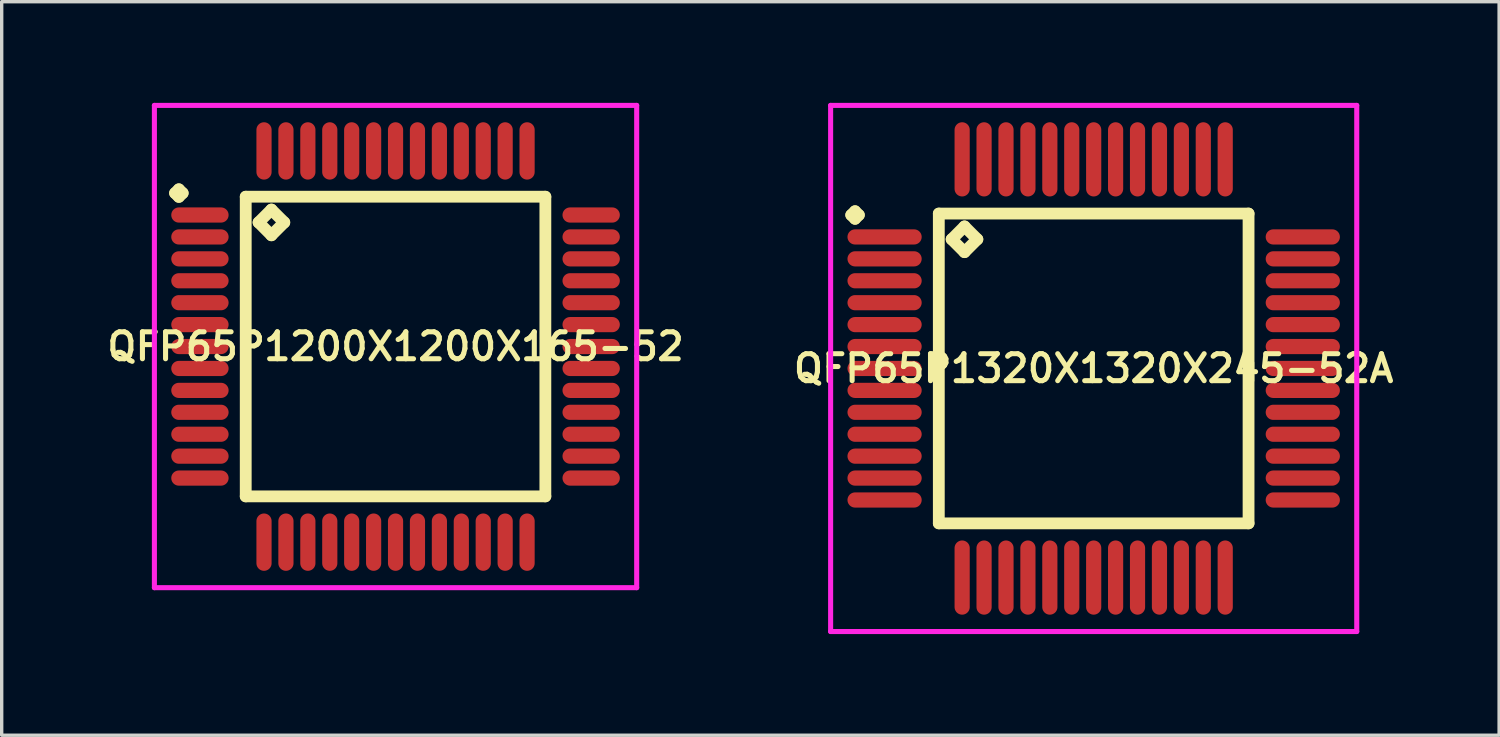
<source format=kicad_pcb>
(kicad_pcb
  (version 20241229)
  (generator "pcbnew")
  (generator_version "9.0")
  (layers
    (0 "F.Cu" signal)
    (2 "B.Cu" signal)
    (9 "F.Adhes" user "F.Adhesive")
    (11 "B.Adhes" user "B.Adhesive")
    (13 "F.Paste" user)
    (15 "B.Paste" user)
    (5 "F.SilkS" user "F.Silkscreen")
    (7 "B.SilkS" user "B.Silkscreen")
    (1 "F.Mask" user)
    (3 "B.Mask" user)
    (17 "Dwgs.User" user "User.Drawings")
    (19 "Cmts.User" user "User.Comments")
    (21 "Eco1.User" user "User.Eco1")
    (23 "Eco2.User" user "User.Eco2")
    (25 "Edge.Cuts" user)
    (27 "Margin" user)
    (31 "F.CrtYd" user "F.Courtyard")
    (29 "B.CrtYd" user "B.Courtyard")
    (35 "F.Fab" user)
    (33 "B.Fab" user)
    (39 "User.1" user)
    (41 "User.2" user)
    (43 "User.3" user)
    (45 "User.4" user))
  (footprint "QFP65P1200X1200X165-52"
    (layer "F.Cu")
    (at 8.678 7.225)
    (property "Reference" "QFP65P1200X1200X165-52" (at 0 0 0) (layer "F.SilkS") (effects (font (size 0.8 0.8) (thickness 0.15))))
    (attr smd)
    (fp_line (start -6.537 -4.55) (end -6.425 -4.662) (stroke (width 0.35) (type solid)) (layer "F.SilkS"))
    (fp_line (start -6.425 -4.662) (end -6.312 -4.55) (stroke (width 0.35) (type solid)) (layer "F.SilkS"))
    (fp_line (start -6.425 -4.438) (end -6.537 -4.55) (stroke (width 0.35) (type solid)) (layer "F.SilkS"))
    (fp_line (start -6.312 -4.55) (end -6.425 -4.438) (stroke (width 0.35) (type solid)) (layer "F.SilkS"))
    (fp_line (start -4.442 -4.442) (end -4.442 4.442) (stroke (width 0.35) (type solid)) (layer "F.SilkS"))
    (fp_line (start -4.442 4.442) (end 4.442 4.442) (stroke (width 0.35) (type solid)) (layer "F.SilkS"))
    (fp_line (start -4.061 -3.68) (end -3.68 -4.061) (stroke (width 0.35) (type solid)) (layer "F.SilkS"))
    (fp_line (start -3.68 -4.061) (end -3.299 -3.68) (stroke (width 0.35) (type solid)) (layer "F.SilkS"))
    (fp_line (start -3.68 -3.299) (end -4.061 -3.68) (stroke (width 0.35) (type solid)) (layer "F.SilkS"))
    (fp_line (start -3.299 -3.68) (end -3.68 -3.299) (stroke (width 0.35) (type solid)) (layer "F.SilkS"))
    (fp_line (start 4.442 -4.442) (end -4.442 -4.442) (stroke (width 0.35) (type solid)) (layer "F.SilkS"))
    (fp_line (start 4.442 4.442) (end 4.442 -4.442) (stroke (width 0.35) (type solid)) (layer "F.SilkS"))
    (fp_line (start -7.15 -7.15) (end 7.15 -7.15) (stroke (width 0.15) (type solid)) (layer "F.CrtYd"))
    (fp_line (start -7.15 7.15) (end -7.15 -7.15) (stroke (width 0.15) (type solid)) (layer "F.CrtYd"))
    (fp_line (start 7.15 -7.15) (end 7.15 7.15) (stroke (width 0.15) (type solid)) (layer "F.CrtYd"))
    (fp_line (start 7.15 7.15) (end -7.15 7.15) (stroke (width 0.15) (type solid)) (layer "F.CrtYd"))
    (pad "1" smd oval (at -5.8 -3.9) (size 1.7 0.45) (layers "F.Cu" "F.Mask" "F.Paste"))
    (pad "2" smd oval (at -5.8 -3.25) (size 1.7 0.45) (layers "F.Cu" "F.Mask" "F.Paste"))
    (pad "3" smd oval (at -5.8 -2.6) (size 1.7 0.45) (layers "F.Cu" "F.Mask" "F.Paste"))
    (pad "4" smd oval (at -5.8 -1.95) (size 1.7 0.45) (layers "F.Cu" "F.Mask" "F.Paste"))
    (pad "5" smd oval (at -5.8 -1.3) (size 1.7 0.45) (layers "F.Cu" "F.Mask" "F.Paste"))
    (pad "6" smd oval (at -5.8 -0.65) (size 1.7 0.45) (layers "F.Cu" "F.Mask" "F.Paste"))
    (pad "7" smd oval (at -5.8 0) (size 1.7 0.45) (layers "F.Cu" "F.Mask" "F.Paste"))
    (pad "8" smd oval (at -5.8 0.65) (size 1.7 0.45) (layers "F.Cu" "F.Mask" "F.Paste"))
    (pad "9" smd oval (at -5.8 1.3) (size 1.7 0.45) (layers "F.Cu" "F.Mask" "F.Paste"))
    (pad "10" smd oval (at -5.8 1.95) (size 1.7 0.45) (layers "F.Cu" "F.Mask" "F.Paste"))
    (pad "11" smd oval (at -5.8 2.6) (size 1.7 0.45) (layers "F.Cu" "F.Mask" "F.Paste"))
    (pad "12" smd oval (at -5.8 3.25) (size 1.7 0.45) (layers "F.Cu" "F.Mask" "F.Paste"))
    (pad "13" smd oval (at -5.8 3.9) (size 1.7 0.45) (layers "F.Cu" "F.Mask" "F.Paste"))
    (pad "14" smd oval (at -3.9 5.8) (size 0.45 1.7) (layers "F.Cu" "F.Mask" "F.Paste"))
    (pad "15" smd oval (at -3.25 5.8) (size 0.45 1.7) (layers "F.Cu" "F.Mask" "F.Paste"))
    (pad "16" smd oval (at -2.6 5.8) (size 0.45 1.7) (layers "F.Cu" "F.Mask" "F.Paste"))
    (pad "17" smd oval (at -1.95 5.8) (size 0.45 1.7) (layers "F.Cu" "F.Mask" "F.Paste"))
    (pad "18" smd oval (at -1.3 5.8) (size 0.45 1.7) (layers "F.Cu" "F.Mask" "F.Paste"))
    (pad "19" smd oval (at -0.65 5.8) (size 0.45 1.7) (layers "F.Cu" "F.Mask" "F.Paste"))
    (pad "20" smd oval (at 0 5.8) (size 0.45 1.7) (layers "F.Cu" "F.Mask" "F.Paste"))
    (pad "21" smd oval (at 0.65 5.8) (size 0.45 1.7) (layers "F.Cu" "F.Mask" "F.Paste"))
    (pad "22" smd oval (at 1.3 5.8) (size 0.45 1.7) (layers "F.Cu" "F.Mask" "F.Paste"))
    (pad "23" smd oval (at 1.95 5.8) (size 0.45 1.7) (layers "F.Cu" "F.Mask" "F.Paste"))
    (pad "24" smd oval (at 2.6 5.8) (size 0.45 1.7) (layers "F.Cu" "F.Mask" "F.Paste"))
    (pad "25" smd oval (at 3.25 5.8) (size 0.45 1.7) (layers "F.Cu" "F.Mask" "F.Paste"))
    (pad "26" smd oval (at 3.9 5.8) (size 0.45 1.7) (layers "F.Cu" "F.Mask" "F.Paste"))
    (pad "27" smd oval (at 5.8 3.9) (size 1.7 0.45) (layers "F.Cu" "F.Mask" "F.Paste"))
    (pad "28" smd oval (at 5.8 3.25) (size 1.7 0.45) (layers "F.Cu" "F.Mask" "F.Paste"))
    (pad "29" smd oval (at 5.8 2.6) (size 1.7 0.45) (layers "F.Cu" "F.Mask" "F.Paste"))
    (pad "30" smd oval (at 5.8 1.95) (size 1.7 0.45) (layers "F.Cu" "F.Mask" "F.Paste"))
    (pad "31" smd oval (at 5.8 1.3) (size 1.7 0.45) (layers "F.Cu" "F.Mask" "F.Paste"))
    (pad "32" smd oval (at 5.8 0.65) (size 1.7 0.45) (layers "F.Cu" "F.Mask" "F.Paste"))
    (pad "33" smd oval (at 5.8 0) (size 1.7 0.45) (layers "F.Cu" "F.Mask" "F.Paste"))
    (pad "34" smd oval (at 5.8 -0.65) (size 1.7 0.45) (layers "F.Cu" "F.Mask" "F.Paste"))
    (pad "35" smd oval (at 5.8 -1.3) (size 1.7 0.45) (layers "F.Cu" "F.Mask" "F.Paste"))
    (pad "36" smd oval (at 5.8 -1.95) (size 1.7 0.45) (layers "F.Cu" "F.Mask" "F.Paste"))
    (pad "37" smd oval (at 5.8 -2.6) (size 1.7 0.45) (layers "F.Cu" "F.Mask" "F.Paste"))
    (pad "38" smd oval (at 5.8 -3.25) (size 1.7 0.45) (layers "F.Cu" "F.Mask" "F.Paste"))
    (pad "39" smd oval (at 5.8 -3.9) (size 1.7 0.45) (layers "F.Cu" "F.Mask" "F.Paste"))
    (pad "40" smd oval (at 3.9 -5.8) (size 0.45 1.7) (layers "F.Cu" "F.Mask" "F.Paste"))
    (pad "41" smd oval (at 3.25 -5.8) (size 0.45 1.7) (layers "F.Cu" "F.Mask" "F.Paste"))
    (pad "42" smd oval (at 2.6 -5.8) (size 0.45 1.7) (layers "F.Cu" "F.Mask" "F.Paste"))
    (pad "43" smd oval (at 1.95 -5.8) (size 0.45 1.7) (layers "F.Cu" "F.Mask" "F.Paste"))
    (pad "44" smd oval (at 1.3 -5.8) (size 0.45 1.7) (layers "F.Cu" "F.Mask" "F.Paste"))
    (pad "45" smd oval (at 0.65 -5.8) (size 0.45 1.7) (layers "F.Cu" "F.Mask" "F.Paste"))
    (pad "46" smd oval (at 0 -5.8) (size 0.45 1.7) (layers "F.Cu" "F.Mask" "F.Paste"))
    (pad "47" smd oval (at -0.65 -5.8) (size 0.45 1.7) (layers "F.Cu" "F.Mask" "F.Paste"))
    (pad "48" smd oval (at -1.3 -5.8) (size 0.45 1.7) (layers "F.Cu" "F.Mask" "F.Paste"))
    (pad "49" smd oval (at -1.95 -5.8) (size 0.45 1.7) (layers "F.Cu" "F.Mask" "F.Paste"))
    (pad "50" smd oval (at -2.6 -5.8) (size 0.45 1.7) (layers "F.Cu" "F.Mask" "F.Paste"))
    (pad "51" smd oval (at -3.25 -5.8) (size 0.45 1.7) (layers "F.Cu" "F.Mask" "F.Paste"))
    (pad "52" smd oval (at -3.9 -5.8) (size 0.45 1.7) (layers "F.Cu" "F.Mask" "F.Paste")))
  (footprint "QFP65P1320X1320X245-52A"
    (layer "F.Cu")
    (at 29.378 7.875)
    (property "Reference" "QFP65P1320X1320X245-52A" (at 0 0 0) (layer "F.SilkS") (effects (font (size 0.8 0.8) (thickness 0.15))))
    (attr smd)
    (fp_line (start -7.188 -4.55) (end -7.075 -4.662) (stroke (width 0.35) (type solid)) (layer "F.SilkS"))
    (fp_line (start -7.075 -4.662) (end -6.963 -4.55) (stroke (width 0.35) (type solid)) (layer "F.SilkS"))
    (fp_line (start -7.075 -4.438) (end -7.188 -4.55) (stroke (width 0.35) (type solid)) (layer "F.SilkS"))
    (fp_line (start -6.963 -4.55) (end -7.075 -4.438) (stroke (width 0.35) (type solid)) (layer "F.SilkS"))
    (fp_line (start -4.592 -4.592) (end -4.592 4.592) (stroke (width 0.35) (type solid)) (layer "F.SilkS"))
    (fp_line (start -4.592 4.592) (end 4.592 4.592) (stroke (width 0.35) (type solid)) (layer "F.SilkS"))
    (fp_line (start -4.211 -3.83) (end -3.83 -4.211) (stroke (width 0.35) (type solid)) (layer "F.SilkS"))
    (fp_line (start -3.83 -4.211) (end -3.449 -3.83) (stroke (width 0.35) (type solid)) (layer "F.SilkS"))
    (fp_line (start -3.83 -3.449) (end -4.211 -3.83) (stroke (width 0.35) (type solid)) (layer "F.SilkS"))
    (fp_line (start -3.449 -3.83) (end -3.83 -3.449) (stroke (width 0.35) (type solid)) (layer "F.SilkS"))
    (fp_line (start 4.592 -4.592) (end -4.592 -4.592) (stroke (width 0.35) (type solid)) (layer "F.SilkS"))
    (fp_line (start 4.592 4.592) (end 4.592 -4.592) (stroke (width 0.35) (type solid)) (layer "F.SilkS"))
    (fp_line (start -7.8 -7.8) (end 7.8 -7.8) (stroke (width 0.15) (type solid)) (layer "F.CrtYd"))
    (fp_line (start -7.8 7.8) (end -7.8 -7.8) (stroke (width 0.15) (type solid)) (layer "F.CrtYd"))
    (fp_line (start 7.8 -7.8) (end 7.8 7.8) (stroke (width 0.15) (type solid)) (layer "F.CrtYd"))
    (fp_line (start 7.8 7.8) (end -7.8 7.8) (stroke (width 0.15) (type solid)) (layer "F.CrtYd"))
    (pad "1" smd oval (at -6.2 -3.9) (size 2.2 0.45) (layers "F.Cu" "F.Mask" "F.Paste"))
    (pad "2" smd oval (at -6.2 -3.25) (size 2.2 0.45) (layers "F.Cu" "F.Mask" "F.Paste"))
    (pad "3" smd oval (at -6.2 -2.6) (size 2.2 0.45) (layers "F.Cu" "F.Mask" "F.Paste"))
    (pad "4" smd oval (at -6.2 -1.95) (size 2.2 0.45) (layers "F.Cu" "F.Mask" "F.Paste"))
    (pad "5" smd oval (at -6.2 -1.3) (size 2.2 0.45) (layers "F.Cu" "F.Mask" "F.Paste"))
    (pad "6" smd oval (at -6.2 -0.65) (size 2.2 0.45) (layers "F.Cu" "F.Mask" "F.Paste"))
    (pad "7" smd oval (at -6.2 0) (size 2.2 0.45) (layers "F.Cu" "F.Mask" "F.Paste"))
    (pad "8" smd oval (at -6.2 0.65) (size 2.2 0.45) (layers "F.Cu" "F.Mask" "F.Paste"))
    (pad "9" smd oval (at -6.2 1.3) (size 2.2 0.45) (layers "F.Cu" "F.Mask" "F.Paste"))
    (pad "10" smd oval (at -6.2 1.95) (size 2.2 0.45) (layers "F.Cu" "F.Mask" "F.Paste"))
    (pad "11" smd oval (at -6.2 2.6) (size 2.2 0.45) (layers "F.Cu" "F.Mask" "F.Paste"))
    (pad "12" smd oval (at -6.2 3.25) (size 2.2 0.45) (layers "F.Cu" "F.Mask" "F.Paste"))
    (pad "13" smd oval (at -6.2 3.9) (size 2.2 0.45) (layers "F.Cu" "F.Mask" "F.Paste"))
    (pad "14" smd oval (at -3.9 6.2) (size 0.45 2.2) (layers "F.Cu" "F.Mask" "F.Paste"))
    (pad "15" smd oval (at -3.25 6.2) (size 0.45 2.2) (layers "F.Cu" "F.Mask" "F.Paste"))
    (pad "16" smd oval (at -2.6 6.2) (size 0.45 2.2) (layers "F.Cu" "F.Mask" "F.Paste"))
    (pad "17" smd oval (at -1.95 6.2) (size 0.45 2.2) (layers "F.Cu" "F.Mask" "F.Paste"))
    (pad "18" smd oval (at -1.3 6.2) (size 0.45 2.2) (layers "F.Cu" "F.Mask" "F.Paste"))
    (pad "19" smd oval (at -0.65 6.2) (size 0.45 2.2) (layers "F.Cu" "F.Mask" "F.Paste"))
    (pad "20" smd oval (at 0 6.2) (size 0.45 2.2) (layers "F.Cu" "F.Mask" "F.Paste"))
    (pad "21" smd oval (at 0.65 6.2) (size 0.45 2.2) (layers "F.Cu" "F.Mask" "F.Paste"))
    (pad "22" smd oval (at 1.3 6.2) (size 0.45 2.2) (layers "F.Cu" "F.Mask" "F.Paste"))
    (pad "23" smd oval (at 1.95 6.2) (size 0.45 2.2) (layers "F.Cu" "F.Mask" "F.Paste"))
    (pad "24" smd oval (at 2.6 6.2) (size 0.45 2.2) (layers "F.Cu" "F.Mask" "F.Paste"))
    (pad "25" smd oval (at 3.25 6.2) (size 0.45 2.2) (layers "F.Cu" "F.Mask" "F.Paste"))
    (pad "26" smd oval (at 3.9 6.2) (size 0.45 2.2) (layers "F.Cu" "F.Mask" "F.Paste"))
    (pad "27" smd oval (at 6.2 3.9) (size 2.2 0.45) (layers "F.Cu" "F.Mask" "F.Paste"))
    (pad "28" smd oval (at 6.2 3.25) (size 2.2 0.45) (layers "F.Cu" "F.Mask" "F.Paste"))
    (pad "29" smd oval (at 6.2 2.6) (size 2.2 0.45) (layers "F.Cu" "F.Mask" "F.Paste"))
    (pad "30" smd oval (at 6.2 1.95) (size 2.2 0.45) (layers "F.Cu" "F.Mask" "F.Paste"))
    (pad "31" smd oval (at 6.2 1.3) (size 2.2 0.45) (layers "F.Cu" "F.Mask" "F.Paste"))
    (pad "32" smd oval (at 6.2 0.65) (size 2.2 0.45) (layers "F.Cu" "F.Mask" "F.Paste"))
    (pad "33" smd oval (at 6.2 0) (size 2.2 0.45) (layers "F.Cu" "F.Mask" "F.Paste"))
    (pad "34" smd oval (at 6.2 -0.65) (size 2.2 0.45) (layers "F.Cu" "F.Mask" "F.Paste"))
    (pad "35" smd oval (at 6.2 -1.3) (size 2.2 0.45) (layers "F.Cu" "F.Mask" "F.Paste"))
    (pad "36" smd oval (at 6.2 -1.95) (size 2.2 0.45) (layers "F.Cu" "F.Mask" "F.Paste"))
    (pad "37" smd oval (at 6.2 -2.6) (size 2.2 0.45) (layers "F.Cu" "F.Mask" "F.Paste"))
    (pad "38" smd oval (at 6.2 -3.25) (size 2.2 0.45) (layers "F.Cu" "F.Mask" "F.Paste"))
    (pad "39" smd oval (at 6.2 -3.9) (size 2.2 0.45) (layers "F.Cu" "F.Mask" "F.Paste"))
    (pad "40" smd oval (at 3.9 -6.2) (size 0.45 2.2) (layers "F.Cu" "F.Mask" "F.Paste"))
    (pad "41" smd oval (at 3.25 -6.2) (size 0.45 2.2) (layers "F.Cu" "F.Mask" "F.Paste"))
    (pad "42" smd oval (at 2.6 -6.2) (size 0.45 2.2) (layers "F.Cu" "F.Mask" "F.Paste"))
    (pad "43" smd oval (at 1.95 -6.2) (size 0.45 2.2) (layers "F.Cu" "F.Mask" "F.Paste"))
    (pad "44" smd oval (at 1.3 -6.2) (size 0.45 2.2) (layers "F.Cu" "F.Mask" "F.Paste"))
    (pad "45" smd oval (at 0.65 -6.2) (size 0.45 2.2) (layers "F.Cu" "F.Mask" "F.Paste"))
    (pad "46" smd oval (at 0 -6.2) (size 0.45 2.2) (layers "F.Cu" "F.Mask" "F.Paste"))
    (pad "47" smd oval (at -0.65 -6.2) (size 0.45 2.2) (layers "F.Cu" "F.Mask" "F.Paste"))
    (pad "48" smd oval (at -1.3 -6.2) (size 0.45 2.2) (layers "F.Cu" "F.Mask" "F.Paste"))
    (pad "49" smd oval (at -1.95 -6.2) (size 0.45 2.2) (layers "F.Cu" "F.Mask" "F.Paste"))
    (pad "50" smd oval (at -2.6 -6.2) (size 0.45 2.2) (layers "F.Cu" "F.Mask" "F.Paste"))
    (pad "51" smd oval (at -3.25 -6.2) (size 0.45 2.2) (layers "F.Cu" "F.Mask" "F.Paste"))
    (pad "52" smd oval (at -3.9 -6.2) (size 0.45 2.2) (layers "F.Cu" "F.Mask" "F.Paste")))
  (gr_rect
    (start -3 -3)
    (end 41.399 18.75)
    (stroke (width 0.1) (type default))
    (fill no)
    (layer "Edge.Cuts")))
</source>
